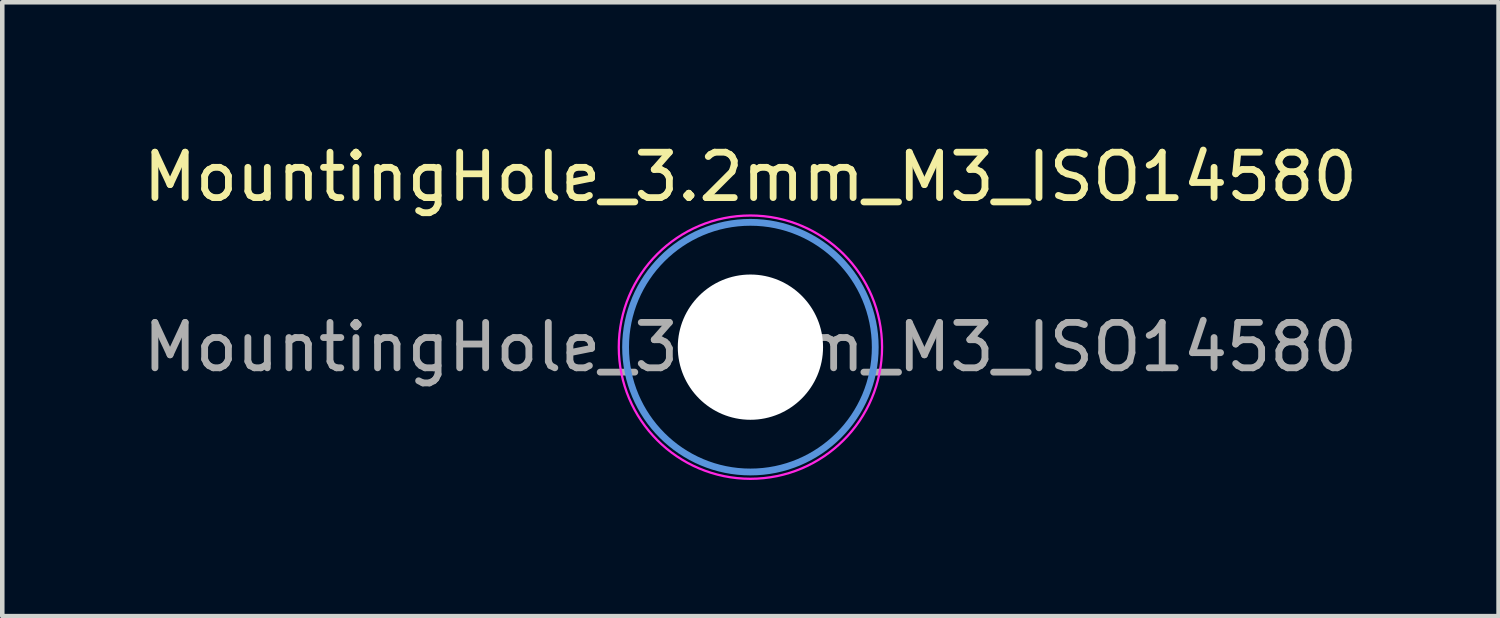
<source format=kicad_pcb>
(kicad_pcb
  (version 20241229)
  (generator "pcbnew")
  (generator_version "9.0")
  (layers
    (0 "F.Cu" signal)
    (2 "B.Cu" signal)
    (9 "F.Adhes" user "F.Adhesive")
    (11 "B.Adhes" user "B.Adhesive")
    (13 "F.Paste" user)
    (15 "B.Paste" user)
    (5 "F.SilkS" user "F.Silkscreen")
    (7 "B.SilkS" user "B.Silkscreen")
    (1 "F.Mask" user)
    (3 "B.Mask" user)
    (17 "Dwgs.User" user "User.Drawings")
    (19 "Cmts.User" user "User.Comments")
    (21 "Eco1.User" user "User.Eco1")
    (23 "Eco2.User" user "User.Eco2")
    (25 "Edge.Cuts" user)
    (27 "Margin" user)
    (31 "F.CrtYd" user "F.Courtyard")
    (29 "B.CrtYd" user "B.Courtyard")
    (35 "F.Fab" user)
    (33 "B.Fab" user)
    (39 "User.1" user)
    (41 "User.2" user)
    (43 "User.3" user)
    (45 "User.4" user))
  (footprint "MountingHole_3.2mm_M3_ISO14580"
    (layer "F.Cu")
    (at 13.482 4.598)
    (property "Reference" "MountingHole_3.2mm_M3_ISO14580" (at 0 -3.75 0) (layer "F.SilkS") (effects (font (size 1 1) (thickness 0.15))))
    (attr exclude_from_pos_files exclude_from_bom)
    (fp_circle (center 0 0) (end 2.75 0) (stroke (width 0.15) (type solid)) (fill no) (layer "Cmts.User"))
    (fp_circle (center 0 0) (end 2.9 0) (stroke (width 0.05) (type solid)) (fill no) (layer "F.CrtYd"))
    (fp_text user "${REFERENCE}" (at 0 0 0) (layer "F.Fab") (effects (font (size 1 1) (thickness 0.15))))
    (pad "" np_thru_hole circle (at 0 0) (size 3.2 3.2) (drill 3.2) (layers "*.Cu" "*.Mask")))
  (gr_rect
    (start -3 -3)
    (end 29.964 10.523)
    (stroke (width 0.1) (type default))
    (fill no)
    (layer "Edge.Cuts")))
</source>
